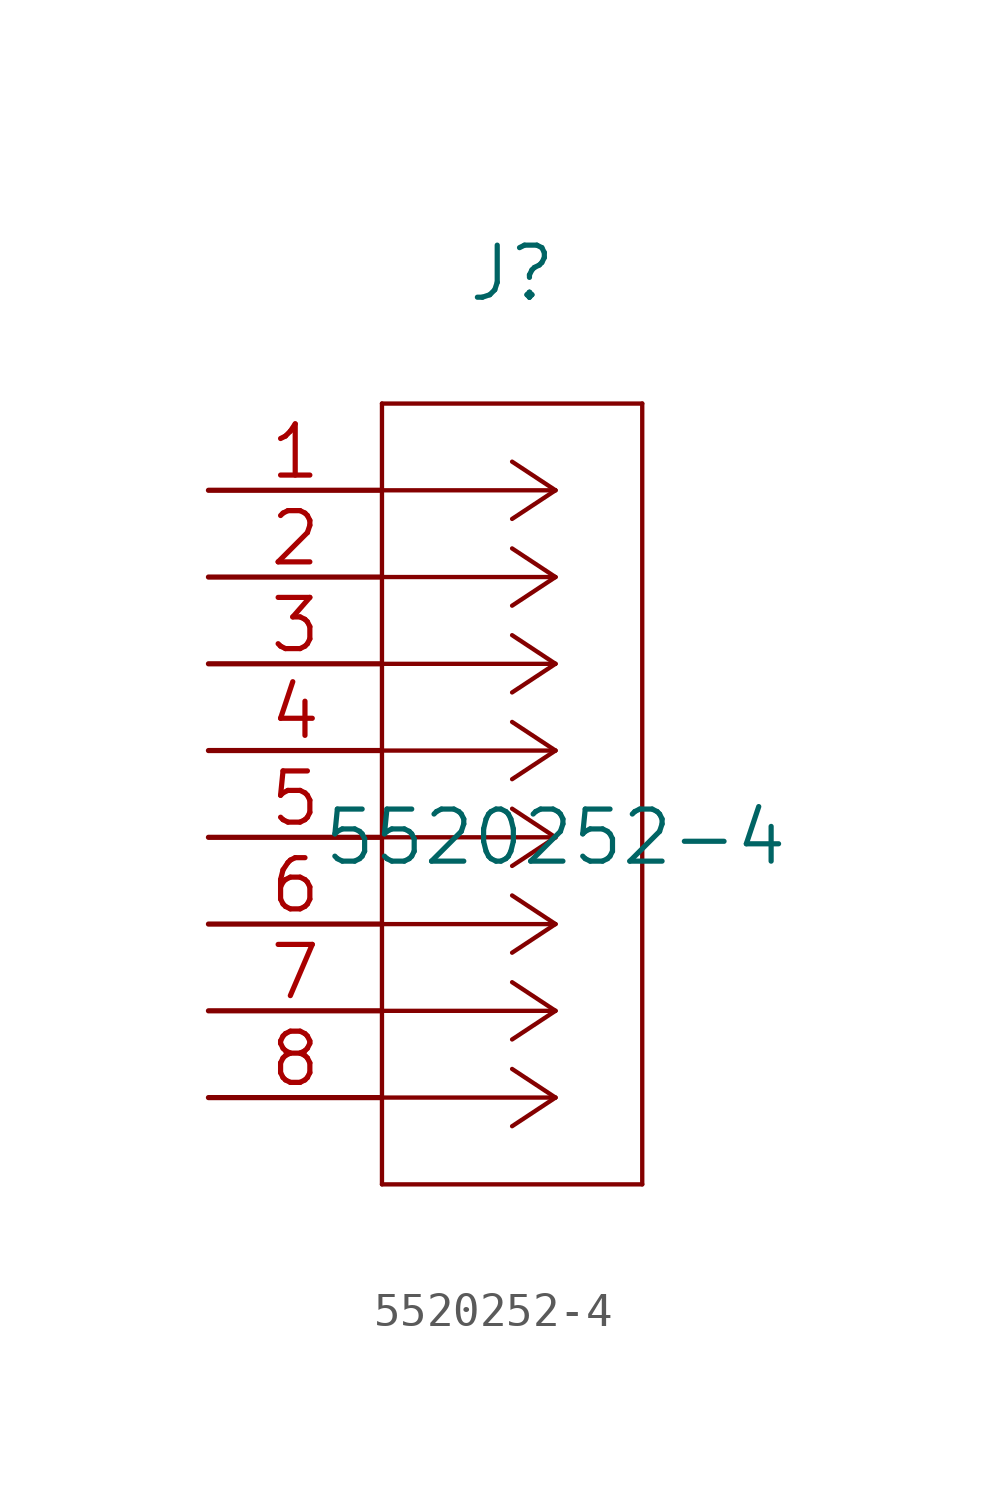
<source format=kicad_sym>
(kicad_symbol_lib
  (version 20211014)
  (generator kicad_symbol_editor)
  (symbol "5520252-4"
    (pin_names
      (offset 0.254) hide)
    (property "Reference" "J"
      (at 8.89 6.35 0)
      (effects (font (size 1.524 1.524))))
    (property "Value" "5520252-4"
      (at 10.16 -10.16 0)
      (effects (font (size 1.524 1.524))))
    (property "Datasheet" ""
      (at 0 0 0)
      (effects (font (size 1.524 1.524))))
    (property "ki_locked" ""
      (at 0 0 0)
      (effects (font (size 1.27 1.27))))
    (symbol "5520252-4_1_1"
      (polyline (pts (xy 5.08 -20.32) (xy 12.7 -20.32)) (stroke (width 0.127) (type default) (color 0 0 0 0)) (fill (type none)))
      (polyline (pts (xy 5.08 2.54) (xy 5.08 -20.32)) (stroke (width 0.127) (type default) (color 0 0 0 0)) (fill (type none)))
      (polyline (pts (xy 10.16 -17.78) (xy 5.08 -17.78)) (stroke (width 0.127) (type default) (color 0 0 0 0)) (fill (type none)))
      (polyline (pts (xy 10.16 -17.78) (xy 8.89 -18.618)) (stroke (width 0.127) (type default) (color 0 0 0 0)) (fill (type none)))
      (polyline (pts (xy 10.16 -17.78) (xy 8.89 -16.942)) (stroke (width 0.127) (type default) (color 0 0 0 0)) (fill (type none)))
      (polyline (pts (xy 10.16 -15.24) (xy 5.08 -15.24)) (stroke (width 0.127) (type default) (color 0 0 0 0)) (fill (type none)))
      (polyline (pts (xy 10.16 -15.24) (xy 8.89 -16.078)) (stroke (width 0.127) (type default) (color 0 0 0 0)) (fill (type none)))
      (polyline (pts (xy 10.16 -15.24) (xy 8.89 -14.402)) (stroke (width 0.127) (type default) (color 0 0 0 0)) (fill (type none)))
      (polyline (pts (xy 10.16 -12.7) (xy 5.08 -12.7)) (stroke (width 0.127) (type default) (color 0 0 0 0)) (fill (type none)))
      (polyline (pts (xy 10.16 -12.7) (xy 8.89 -13.538)) (stroke (width 0.127) (type default) (color 0 0 0 0)) (fill (type none)))
      (polyline (pts (xy 10.16 -12.7) (xy 8.89 -11.862)) (stroke (width 0.127) (type default) (color 0 0 0 0)) (fill (type none)))
      (polyline (pts (xy 10.16 -10.16) (xy 5.08 -10.16)) (stroke (width 0.127) (type default) (color 0 0 0 0)) (fill (type none)))
      (polyline (pts (xy 10.16 -10.16) (xy 8.89 -10.998)) (stroke (width 0.127) (type default) (color 0 0 0 0)) (fill (type none)))
      (polyline (pts (xy 10.16 -10.16) (xy 8.89 -9.322)) (stroke (width 0.127) (type default) (color 0 0 0 0)) (fill (type none)))
      (polyline (pts (xy 10.16 -7.62) (xy 5.08 -7.62)) (stroke (width 0.127) (type default) (color 0 0 0 0)) (fill (type none)))
      (polyline (pts (xy 10.16 -7.62) (xy 8.89 -8.458)) (stroke (width 0.127) (type default) (color 0 0 0 0)) (fill (type none)))
      (polyline (pts (xy 10.16 -7.62) (xy 8.89 -6.782)) (stroke (width 0.127) (type default) (color 0 0 0 0)) (fill (type none)))
      (polyline (pts (xy 10.16 -5.08) (xy 5.08 -5.08)) (stroke (width 0.127) (type default) (color 0 0 0 0)) (fill (type none)))
      (polyline (pts (xy 10.16 -5.08) (xy 8.89 -5.918)) (stroke (width 0.127) (type default) (color 0 0 0 0)) (fill (type none)))
      (polyline (pts (xy 10.16 -5.08) (xy 8.89 -4.242)) (stroke (width 0.127) (type default) (color 0 0 0 0)) (fill (type none)))
      (polyline (pts (xy 10.16 -2.54) (xy 5.08 -2.54)) (stroke (width 0.127) (type default) (color 0 0 0 0)) (fill (type none)))
      (polyline (pts (xy 10.16 -2.54) (xy 8.89 -3.378)) (stroke (width 0.127) (type default) (color 0 0 0 0)) (fill (type none)))
      (polyline (pts (xy 10.16 -2.54) (xy 8.89 -1.702)) (stroke (width 0.127) (type default) (color 0 0 0 0)) (fill (type none)))
      (polyline (pts (xy 10.16 0) (xy 5.08 0)) (stroke (width 0.127) (type default) (color 0 0 0 0)) (fill (type none)))
      (polyline (pts (xy 10.16 0) (xy 8.89 -0.838)) (stroke (width 0.127) (type default) (color 0 0 0 0)) (fill (type none)))
      (polyline (pts (xy 10.16 0) (xy 8.89 0.838)) (stroke (width 0.127) (type default) (color 0 0 0 0)) (fill (type none)))
      (polyline (pts (xy 12.7 -20.32) (xy 12.7 2.54)) (stroke (width 0.127) (type default) (color 0 0 0 0)) (fill (type none)))
      (polyline (pts (xy 12.7 2.54) (xy 5.08 2.54)) (stroke (width 0.127) (type default) (color 0 0 0 0)) (fill (type none)))
      (pin unspecified line (at 0 0 0) (length 5.08) (name "1" (effects (font (size 1.499 1.499)))) (number "1" (effects (font (size 1.499 1.499)))))
      (pin unspecified line (at 0 -2.54 0) (length 5.08) (name "2" (effects (font (size 1.499 1.499)))) (number "2" (effects (font (size 1.499 1.499)))))
      (pin unspecified line (at 0 -5.08 0) (length 5.08) (name "3" (effects (font (size 1.499 1.499)))) (number "3" (effects (font (size 1.499 1.499)))))
      (pin unspecified line (at 0 -7.62 0) (length 5.08) (name "4" (effects (font (size 1.499 1.499)))) (number "4" (effects (font (size 1.499 1.499)))))
      (pin unspecified line (at 0 -10.16 0) (length 5.08) (name "5" (effects (font (size 1.499 1.499)))) (number "5" (effects (font (size 1.499 1.499)))))
      (pin unspecified line (at 0 -12.7 0) (length 5.08) (name "6" (effects (font (size 1.499 1.499)))) (number "6" (effects (font (size 1.499 1.499)))))
      (pin unspecified line (at 0 -15.24 0) (length 5.08) (name "7" (effects (font (size 1.499 1.499)))) (number "7" (effects (font (size 1.499 1.499)))))
      (pin unspecified line (at 0 -17.78 0) (length 5.08) (name "8" (effects (font (size 1.499 1.499)))) (number "8" (effects (font (size 1.499 1.499))))))))
</source>
